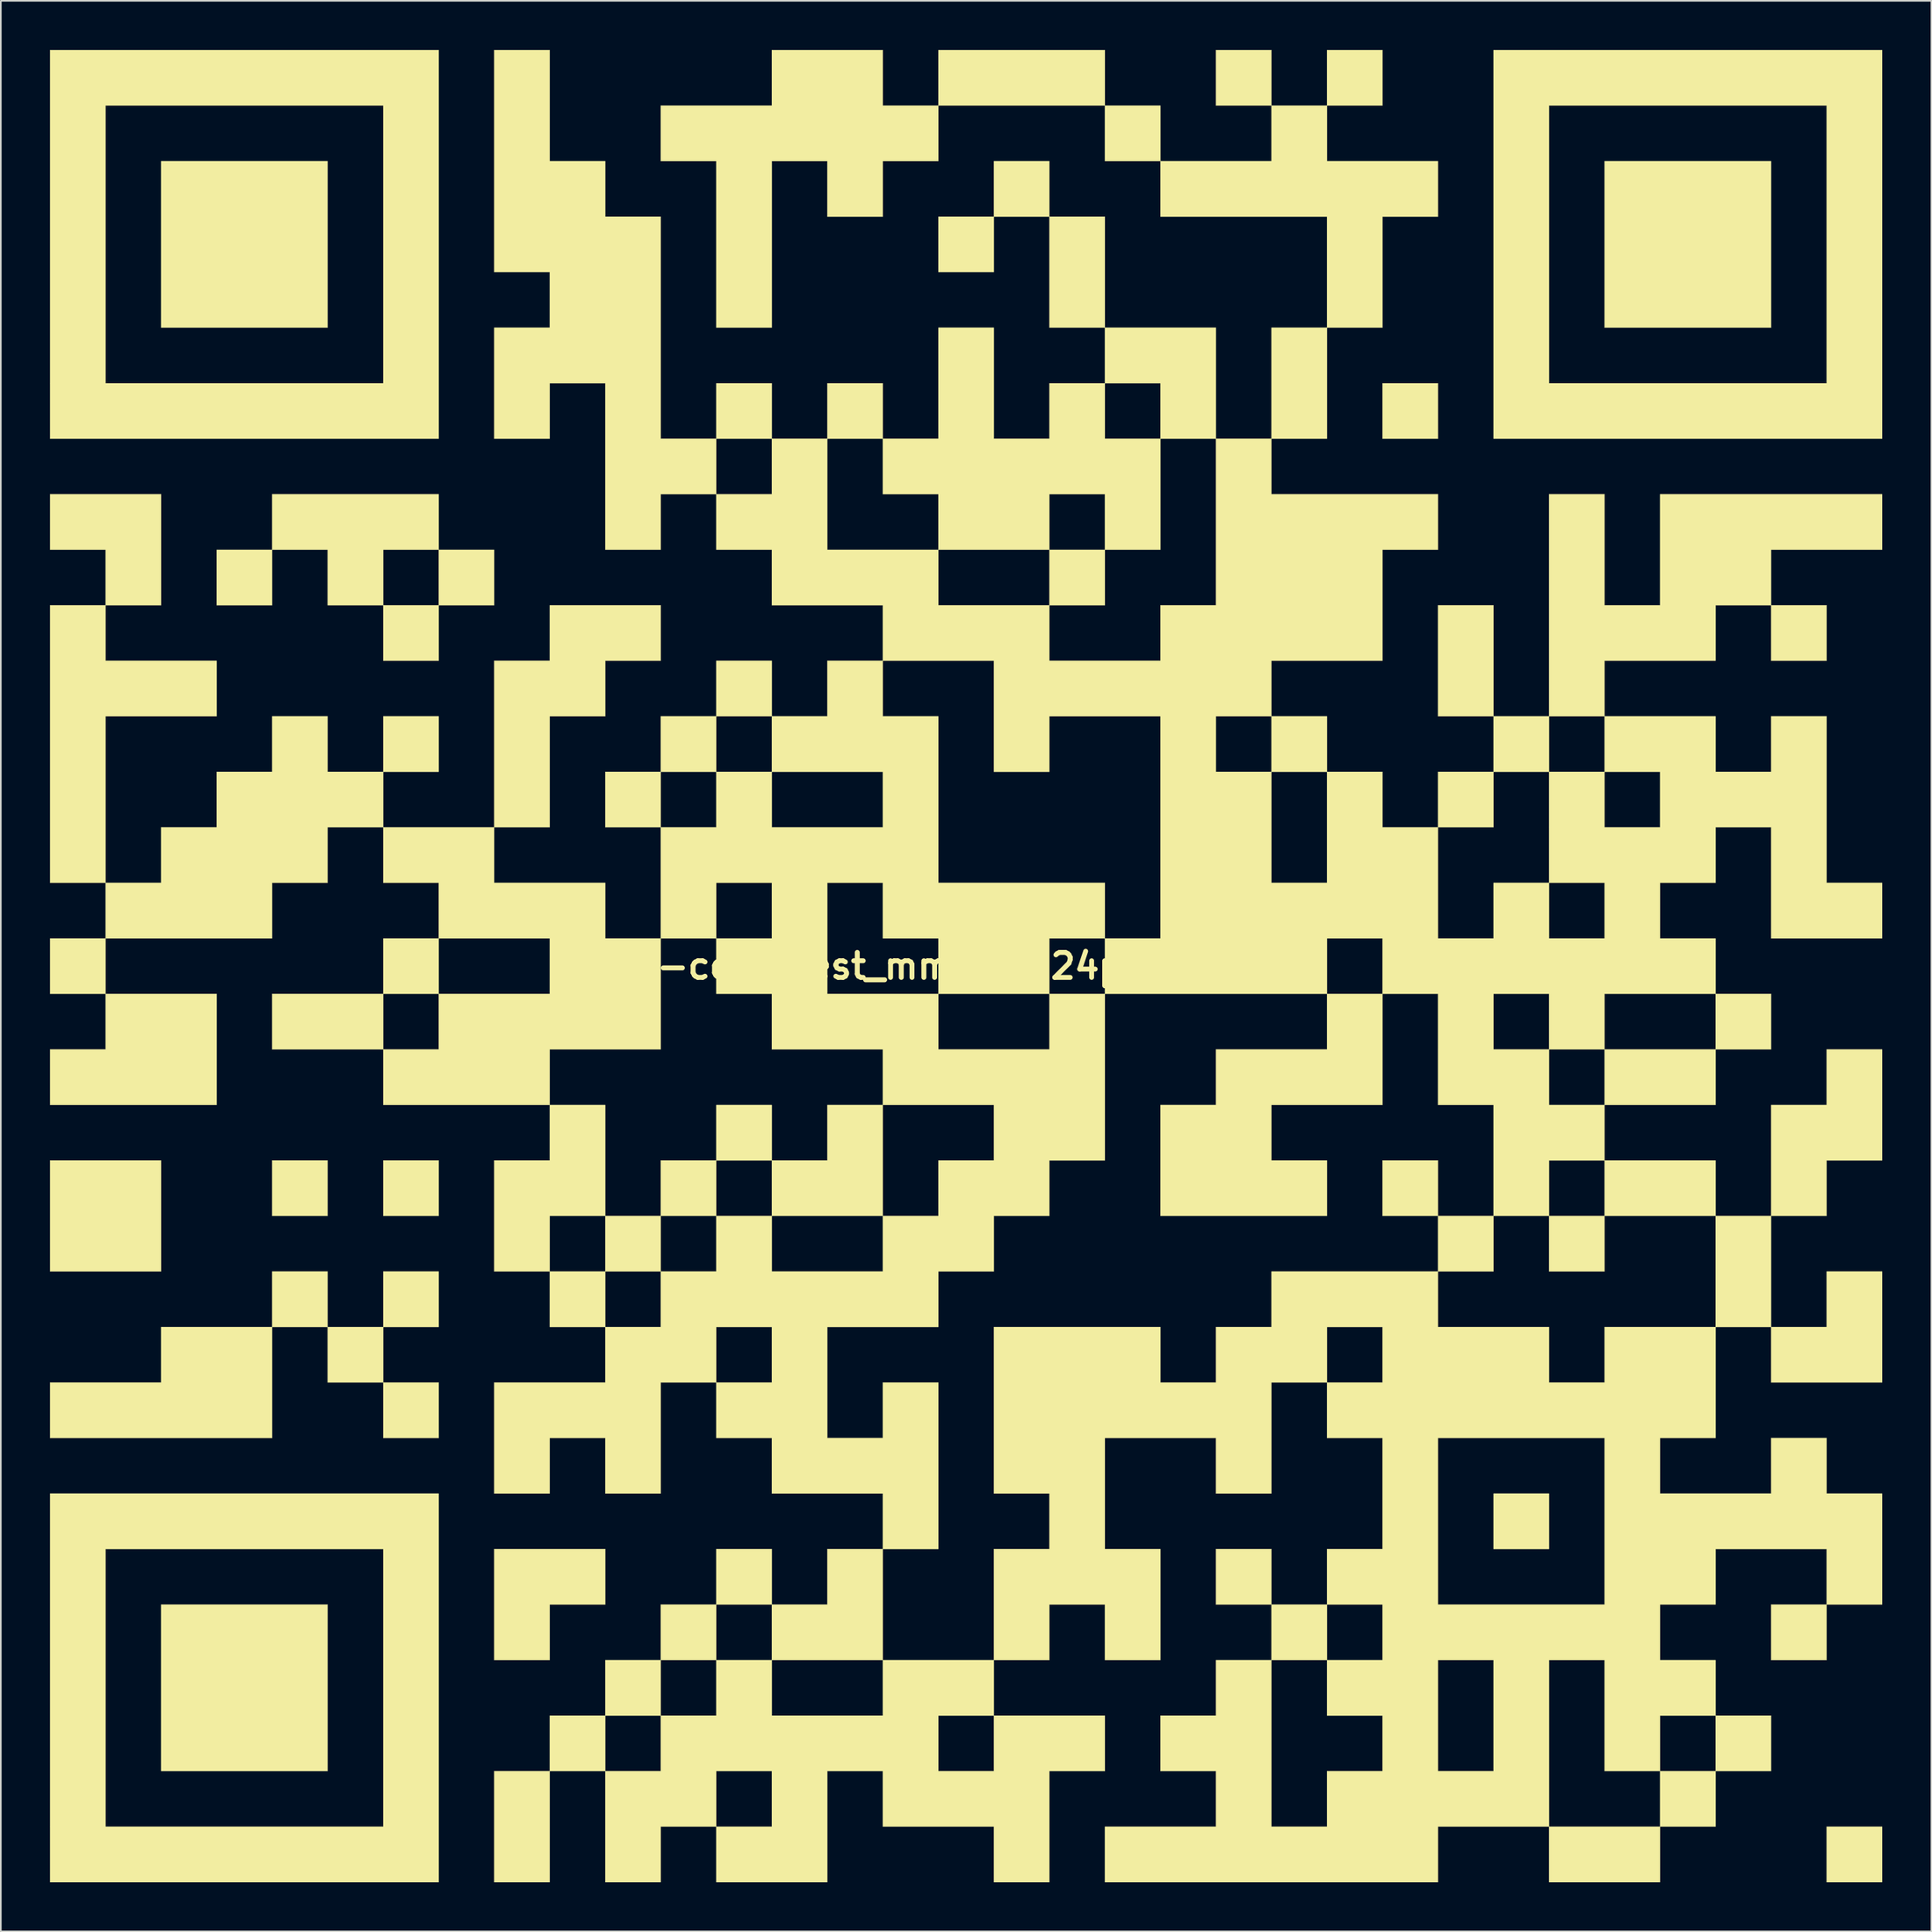
<source format=kicad_pcb>
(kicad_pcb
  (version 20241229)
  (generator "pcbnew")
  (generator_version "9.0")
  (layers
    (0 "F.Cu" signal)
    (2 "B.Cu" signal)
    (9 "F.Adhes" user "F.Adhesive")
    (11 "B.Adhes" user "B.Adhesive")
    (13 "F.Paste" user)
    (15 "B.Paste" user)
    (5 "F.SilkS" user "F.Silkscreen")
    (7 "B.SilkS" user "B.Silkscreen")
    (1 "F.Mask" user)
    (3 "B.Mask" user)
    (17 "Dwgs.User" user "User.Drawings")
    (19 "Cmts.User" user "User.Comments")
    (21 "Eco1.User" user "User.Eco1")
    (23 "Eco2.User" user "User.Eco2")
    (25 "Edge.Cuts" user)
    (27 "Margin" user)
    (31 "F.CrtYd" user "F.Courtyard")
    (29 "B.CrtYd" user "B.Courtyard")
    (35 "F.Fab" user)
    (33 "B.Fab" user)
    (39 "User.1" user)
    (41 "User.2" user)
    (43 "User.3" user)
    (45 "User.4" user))
  (footprint "qr-code_test_mm_qr_624px_120_DPI"
    (layer "F.Cu")
    (at 55.885 55.885)
    (property "Reference" "qr-code_test_mm_qr_624px_120_DPI" (at 0 0 0) (layer "F.SilkS") (effects (font (size 1.524 1.524) (thickness 0.3))))
    (attr through_hole)
    (fp_poly (pts (xy -52.493 1.693) (xy -55.88 1.693) (xy -55.88 -1.693) (xy -52.493 -1.693) (xy -52.493 1.693)) (stroke (width 0.01) (type solid)) (fill yes) (layer "F.SilkS"))
    (fp_poly (pts (xy -49.107 18.627) (xy -55.88 18.627) (xy -55.88 11.853) (xy -49.107 11.853) (xy -49.107 18.627)) (stroke (width 0.01) (type solid)) (fill yes) (layer "F.SilkS"))
    (fp_poly (pts (xy -42.333 -22.013) (xy -45.72 -22.013) (xy -45.72 -25.4) (xy -42.333 -25.4) (xy -42.333 -22.013)) (stroke (width 0.01) (type solid)) (fill yes) (layer "F.SilkS"))
    (fp_poly (pts (xy -38.947 -38.947) (xy -49.107 -38.947) (xy -49.107 -49.107) (xy -38.947 -49.107) (xy -38.947 -38.947)) (stroke (width 0.01) (type solid)) (fill yes) (layer "F.SilkS"))
    (fp_poly (pts (xy -38.947 15.24) (xy -42.333 15.24) (xy -42.333 11.853) (xy -38.947 11.853) (xy -38.947 15.24)) (stroke (width 0.01) (type solid)) (fill yes) (layer "F.SilkS"))
    (fp_poly (pts (xy -38.947 22.013) (xy -42.333 22.013) (xy -42.333 18.627) (xy -38.947 18.627) (xy -38.947 22.013)) (stroke (width 0.01) (type solid)) (fill yes) (layer "F.SilkS"))
    (fp_poly (pts (xy -38.947 49.107) (xy -49.107 49.107) (xy -49.107 38.947) (xy -38.947 38.947) (xy -38.947 49.107)) (stroke (width 0.01) (type solid)) (fill yes) (layer "F.SilkS"))
    (fp_poly (pts (xy -35.56 25.4) (xy -38.947 25.4) (xy -38.947 22.013) (xy -35.56 22.013) (xy -35.56 25.4)) (stroke (width 0.01) (type solid)) (fill yes) (layer "F.SilkS"))
    (fp_poly (pts (xy -32.173 -11.853) (xy -35.56 -11.853) (xy -35.56 -15.24) (xy -32.173 -15.24) (xy -32.173 -11.853)) (stroke (width 0.01) (type solid)) (fill yes) (layer "F.SilkS"))
    (fp_poly (pts (xy -32.173 15.24) (xy -35.56 15.24) (xy -35.56 11.853) (xy -32.173 11.853) (xy -32.173 15.24)) (stroke (width 0.01) (type solid)) (fill yes) (layer "F.SilkS"))
    (fp_poly (pts (xy -32.173 22.013) (xy -35.56 22.013) (xy -35.56 18.627) (xy -32.173 18.627) (xy -32.173 22.013)) (stroke (width 0.01) (type solid)) (fill yes) (layer "F.SilkS"))
    (fp_poly (pts (xy -32.173 28.787) (xy -35.56 28.787) (xy -35.56 25.4) (xy -32.173 25.4) (xy -32.173 28.787)) (stroke (width 0.01) (type solid)) (fill yes) (layer "F.SilkS"))
    (fp_poly (pts (xy -25.4 55.88) (xy -28.787 55.88) (xy -28.787 49.107) (xy -25.4 49.107) (xy -25.4 55.88)) (stroke (width 0.01) (type solid)) (fill yes) (layer "F.SilkS"))
    (fp_poly (pts (xy -18.627 18.627) (xy -22.013 18.627) (xy -22.013 15.24) (xy -18.627 15.24) (xy -18.627 18.627)) (stroke (width 0.01) (type solid)) (fill yes) (layer "F.SilkS"))
    (fp_poly (pts (xy -15.24 15.24) (xy -18.627 15.24) (xy -18.627 11.853) (xy -15.24 11.853) (xy -15.24 15.24)) (stroke (width 0.01) (type solid)) (fill yes) (layer "F.SilkS"))
    (fp_poly (pts (xy -11.853 11.853) (xy -15.24 11.853) (xy -15.24 8.467) (xy -11.853 8.467) (xy -11.853 11.853)) (stroke (width 0.01) (type solid)) (fill yes) (layer "F.SilkS"))
    (fp_poly (pts (xy 1.693 -42.333) (xy -1.693 -42.333) (xy -1.693 -45.72) (xy 1.693 -45.72) (xy 1.693 -42.333)) (stroke (width 0.01) (type solid)) (fill yes) (layer "F.SilkS"))
    (fp_poly (pts (xy 5.08 -45.72) (xy 1.693 -45.72) (xy 1.693 -49.107) (xy 5.08 -49.107) (xy 5.08 -45.72)) (stroke (width 0.01) (type solid)) (fill yes) (layer "F.SilkS"))
    (fp_poly (pts (xy 8.467 -52.493) (xy -1.693 -52.493) (xy -1.693 -55.88) (xy 8.467 -55.88) (xy 8.467 -52.493)) (stroke (width 0.01) (type solid)) (fill yes) (layer "F.SilkS"))
    (fp_poly (pts (xy 8.467 -38.947) (xy 5.08 -38.947) (xy 5.08 -45.72) (xy 8.467 -45.72) (xy 8.467 -38.947)) (stroke (width 0.01) (type solid)) (fill yes) (layer "F.SilkS"))
    (fp_poly (pts (xy 8.467 -22.013) (xy 5.08 -22.013) (xy 5.08 -25.4) (xy 8.467 -25.4) (xy 8.467 -22.013)) (stroke (width 0.01) (type solid)) (fill yes) (layer "F.SilkS"))
    (fp_poly (pts (xy 11.853 -49.107) (xy 8.467 -49.107) (xy 8.467 -52.493) (xy 11.853 -52.493) (xy 11.853 -49.107)) (stroke (width 0.01) (type solid)) (fill yes) (layer "F.SilkS"))
    (fp_poly (pts (xy 18.627 -52.493) (xy 15.24 -52.493) (xy 15.24 -55.88) (xy 18.627 -55.88) (xy 18.627 -52.493)) (stroke (width 0.01) (type solid)) (fill yes) (layer "F.SilkS"))
    (fp_poly (pts (xy 18.627 38.947) (xy 15.24 38.947) (xy 15.24 35.56) (xy 18.627 35.56) (xy 18.627 38.947)) (stroke (width 0.01) (type solid)) (fill yes) (layer "F.SilkS"))
    (fp_poly (pts (xy 22.013 -32.173) (xy 18.627 -32.173) (xy 18.627 -38.947) (xy 22.013 -38.947) (xy 22.013 -32.173)) (stroke (width 0.01) (type solid)) (fill yes) (layer "F.SilkS"))
    (fp_poly (pts (xy 25.4 -52.493) (xy 22.013 -52.493) (xy 22.013 -55.88) (xy 25.4 -55.88) (xy 25.4 -52.493)) (stroke (width 0.01) (type solid)) (fill yes) (layer "F.SilkS"))
    (fp_poly (pts (xy 28.787 -32.173) (xy 25.4 -32.173) (xy 25.4 -35.56) (xy 28.787 -35.56) (xy 28.787 -32.173)) (stroke (width 0.01) (type solid)) (fill yes) (layer "F.SilkS"))
    (fp_poly (pts (xy 28.787 15.24) (xy 25.4 15.24) (xy 25.4 11.853) (xy 28.787 11.853) (xy 28.787 15.24)) (stroke (width 0.01) (type solid)) (fill yes) (layer "F.SilkS"))
    (fp_poly (pts (xy 32.173 -15.24) (xy 28.787 -15.24) (xy 28.787 -22.013) (xy 32.173 -22.013) (xy 32.173 -15.24)) (stroke (width 0.01) (type solid)) (fill yes) (layer "F.SilkS"))
    (fp_poly (pts (xy 32.173 18.627) (xy 28.787 18.627) (xy 28.787 15.24) (xy 32.173 15.24) (xy 32.173 18.627)) (stroke (width 0.01) (type solid)) (fill yes) (layer "F.SilkS"))
    (fp_poly (pts (xy 35.56 35.56) (xy 32.173 35.56) (xy 32.173 32.173) (xy 35.56 32.173) (xy 35.56 35.56)) (stroke (width 0.01) (type solid)) (fill yes) (layer "F.SilkS"))
    (fp_poly (pts (xy 38.947 5.08) (xy 45.72 5.08) (xy 45.72 8.467) (xy 38.947 8.467) (xy 38.947 5.08)) (stroke (width 0.01) (type solid)) (fill yes) (layer "F.SilkS"))
    (fp_poly (pts (xy 38.947 18.627) (xy 35.56 18.627) (xy 35.56 15.24) (xy 38.947 15.24) (xy 38.947 18.627)) (stroke (width 0.01) (type solid)) (fill yes) (layer "F.SilkS"))
    (fp_poly (pts (xy 45.72 15.24) (xy 38.947 15.24) (xy 38.947 11.853) (xy 45.72 11.853) (xy 45.72 15.24)) (stroke (width 0.01) (type solid)) (fill yes) (layer "F.SilkS"))
    (fp_poly (pts (xy 49.107 -38.947) (xy 38.947 -38.947) (xy 38.947 -49.107) (xy 49.107 -49.107) (xy 49.107 -38.947)) (stroke (width 0.01) (type solid)) (fill yes) (layer "F.SilkS"))
    (fp_poly (pts (xy 49.107 5.08) (xy 45.72 5.08) (xy 45.72 1.693) (xy 49.107 1.693) (xy 49.107 5.08)) (stroke (width 0.01) (type solid)) (fill yes) (layer "F.SilkS"))
    (fp_poly (pts (xy 49.107 22.013) (xy 45.72 22.013) (xy 45.72 15.24) (xy 49.107 15.24) (xy 49.107 22.013)) (stroke (width 0.01) (type solid)) (fill yes) (layer "F.SilkS"))
    (fp_poly (pts (xy 49.107 49.107) (xy 45.72 49.107) (xy 45.72 45.72) (xy 49.107 45.72) (xy 49.107 49.107)) (stroke (width 0.01) (type solid)) (fill yes) (layer "F.SilkS"))
    (fp_poly (pts (xy 52.493 -18.627) (xy 49.107 -18.627) (xy 49.107 -22.013) (xy 52.493 -22.013) (xy 52.493 -18.627)) (stroke (width 0.01) (type solid)) (fill yes) (layer "F.SilkS"))
    (fp_poly (pts (xy 52.493 42.333) (xy 49.107 42.333) (xy 49.107 38.947) (xy 52.493 38.947) (xy 52.493 42.333)) (stroke (width 0.01) (type solid)) (fill yes) (layer "F.SilkS"))
    (fp_poly (pts (xy 55.88 55.88) (xy 52.493 55.88) (xy 52.493 52.493) (xy 55.88 52.493) (xy 55.88 55.88)) (stroke (width 0.01) (type solid)) (fill yes) (layer "F.SilkS"))
    (fp_poly (pts (xy -49.107 -22.013) (xy -52.493 -22.013) (xy -52.493 -25.4) (xy -55.88 -25.4) (xy -55.88 -28.787) (xy -49.107 -28.787) (xy -49.107 -22.013)) (stroke (width 0.01) (type solid)) (fill yes) (layer "F.SilkS"))
    (fp_poly (pts (xy -45.72 8.467) (xy -55.88 8.467) (xy -55.88 5.08) (xy -52.493 5.08) (xy -52.493 1.693) (xy -45.72 1.693) (xy -45.72 8.467)) (stroke (width 0.01) (type solid)) (fill yes) (layer "F.SilkS"))
    (fp_poly (pts (xy -42.333 28.787) (xy -55.88 28.787) (xy -55.88 25.4) (xy -49.107 25.4) (xy -49.107 22.013) (xy -42.333 22.013) (xy -42.333 28.787)) (stroke (width 0.01) (type solid)) (fill yes) (layer "F.SilkS"))
    (fp_poly (pts (xy -22.013 38.947) (xy -25.4 38.947) (xy -25.4 42.333) (xy -28.787 42.333) (xy -28.787 35.56) (xy -22.013 35.56) (xy -22.013 38.947)) (stroke (width 0.01) (type solid)) (fill yes) (layer "F.SilkS"))
    (fp_poly (pts (xy -5.08 15.24) (xy -11.853 15.24) (xy -11.853 11.853) (xy -8.467 11.853) (xy -8.467 8.467) (xy -5.08 8.467) (xy -5.08 15.24)) (stroke (width 0.01) (type solid)) (fill yes) (layer "F.SilkS"))
    (fp_poly (pts (xy 55.88 25.4) (xy 49.107 25.4) (xy 49.107 22.013) (xy 52.493 22.013) (xy 52.493 18.627) (xy 55.88 18.627) (xy 55.88 25.4)) (stroke (width 0.01) (type solid)) (fill yes) (layer "F.SilkS"))
    (fp_poly (pts (xy -52.493 -18.627) (xy -45.72 -18.627) (xy -45.72 -15.24) (xy -52.493 -15.24) (xy -52.493 -5.08) (xy -55.88 -5.08) (xy -55.88 -22.013) (xy -52.493 -22.013) (xy -52.493 -18.627)) (stroke (width 0.01) (type solid)) (fill yes) (layer "F.SilkS"))
    (fp_poly (pts (xy 55.88 11.853) (xy 52.493 11.853) (xy 52.493 15.24) (xy 49.107 15.24) (xy 49.107 8.467) (xy 52.493 8.467) (xy 52.493 5.08) (xy 55.88 5.08) (xy 55.88 11.853)) (stroke (width 0.01) (type solid)) (fill yes) (layer "F.SilkS"))
    (fp_poly (pts (xy -18.627 -18.627) (xy -22.013 -18.627) (xy -22.013 -15.24) (xy -25.4 -15.24) (xy -25.4 -8.467) (xy -28.787 -8.467) (xy -28.787 -18.627) (xy -25.4 -18.627) (xy -25.4 -22.013) (xy -18.627 -22.013) (xy -18.627 -18.627)) (stroke (width 0.01) (type solid)) (fill yes) (layer "F.SilkS"))
    (fp_poly (pts (xy -32.173 -32.173) (xy -55.88 -32.173) (xy -55.88 -52.493) (xy -52.493 -52.493) (xy -52.493 -35.56) (xy -35.56 -35.56) (xy -35.56 -52.493) (xy -52.493 -52.493) (xy -55.88 -52.493) (xy -55.88 -55.88) (xy -32.173 -55.88) (xy -32.173 -32.173)) (stroke (width 0.01) (type solid)) (fill yes) (layer "F.SilkS"))
    (fp_poly (pts (xy -32.173 55.88) (xy -55.88 55.88) (xy -55.88 35.56) (xy -52.493 35.56) (xy -52.493 52.493) (xy -35.56 52.493) (xy -35.56 35.56) (xy -52.493 35.56) (xy -55.88 35.56) (xy -55.88 32.173) (xy -32.173 32.173) (xy -32.173 55.88)) (stroke (width 0.01) (type solid)) (fill yes) (layer "F.SilkS"))
    (fp_poly (pts (xy 55.88 -32.173) (xy 32.173 -32.173) (xy 32.173 -52.493) (xy 35.56 -52.493) (xy 35.56 -35.56) (xy 52.493 -35.56) (xy 52.493 -52.493) (xy 35.56 -52.493) (xy 32.173 -52.493) (xy 32.173 -55.88) (xy 55.88 -55.88) (xy 55.88 -32.173)) (stroke (width 0.01) (type solid)) (fill yes) (layer "F.SilkS"))
    (fp_poly (pts (xy 22.013 -49.107) (xy 28.787 -49.107) (xy 28.787 -45.72) (xy 25.4 -45.72) (xy 25.4 -38.947) (xy 22.013 -38.947) (xy 22.013 -45.72) (xy 11.853 -45.72) (xy 11.853 -49.107) (xy 18.627 -49.107) (xy 18.627 -52.493) (xy 22.013 -52.493) (xy 22.013 -49.107)) (stroke (width 0.01) (type solid)) (fill yes) (layer "F.SilkS"))
    (fp_poly (pts (xy 25.4 8.467) (xy 18.627 8.467) (xy 18.627 11.853) (xy 22.013 11.853) (xy 22.013 15.24) (xy 11.853 15.24) (xy 11.853 8.467) (xy 15.24 8.467) (xy 15.24 5.08) (xy 22.013 5.08) (xy 22.013 1.693) (xy 25.4 1.693) (xy 25.4 8.467)) (stroke (width 0.01) (type solid)) (fill yes) (layer "F.SilkS"))
    (fp_poly (pts (xy -38.947 -11.853) (xy -35.56 -11.853) (xy -35.56 -8.467) (xy -38.947 -8.467) (xy -38.947 -5.08) (xy -42.333 -5.08) (xy -42.333 -1.693) (xy -52.493 -1.693) (xy -52.493 -5.08) (xy -49.107 -5.08) (xy -49.107 -8.467) (xy -45.72 -8.467) (xy -45.72 -11.853) (xy -42.333 -11.853) (xy -42.333 -15.24) (xy -38.947 -15.24) (xy -38.947 -11.853)) (stroke (width 0.01) (type solid)) (fill yes) (layer "F.SilkS"))
    (fp_poly (pts (xy -5.08 -52.493) (xy -1.693 -52.493) (xy -1.693 -49.107) (xy -5.08 -49.107) (xy -5.08 -45.72) (xy -8.467 -45.72) (xy -8.467 -49.107) (xy -11.853 -49.107) (xy -11.853 -38.947) (xy -15.24 -38.947) (xy -15.24 -49.107) (xy -18.627 -49.107) (xy -18.627 -52.493) (xy -11.853 -52.493) (xy -11.853 -55.88) (xy -5.08 -55.88) (xy -5.08 -52.493)) (stroke (width 0.01) (type solid)) (fill yes) (layer "F.SilkS"))
    (fp_poly (pts (xy -42.333 -28.787) (xy -32.173 -28.787) (xy -32.173 -25.4) (xy -28.787 -25.4) (xy -28.787 -22.013) (xy -32.173 -22.013) (xy -32.173 -18.627) (xy -35.56 -18.627) (xy -35.56 -22.013) (xy -38.947 -22.013) (xy -38.947 -25.4) (xy -35.56 -25.4) (xy -35.56 -22.013) (xy -32.173 -22.013) (xy -32.173 -25.4) (xy -35.56 -25.4) (xy -38.947 -25.4) (xy -42.333 -25.4) (xy -42.333 -28.787)) (stroke (width 0.01) (type solid)) (fill yes) (layer "F.SilkS"))
    (fp_poly (pts (xy 8.467 45.72) (xy 8.467 49.107) (xy 5.08 49.107) (xy 5.08 55.88) (xy 1.693 55.88) (xy 1.693 52.493) (xy -5.08 52.493) (xy -5.08 49.107) (xy -8.467 49.107) (xy -8.467 55.88) (xy -15.24 55.88) (xy -15.24 52.493) (xy -18.627 52.493) (xy -18.627 55.88) (xy -22.013 55.88) (xy -22.013 49.107) (xy -25.4 49.107) (xy -25.4 45.72) (xy -22.013 45.72) (xy -22.013 49.107) (xy -18.627 49.107) (xy -15.24 49.107) (xy -15.24 52.493) (xy -11.853 52.493) (xy -11.853 49.107) (xy -15.24 49.107) (xy -18.627 49.107) (xy -18.627 45.72) (xy -22.013 45.72) (xy -22.013 42.333) (xy -18.627 42.333) (xy -18.627 45.72) (xy -15.24 45.72) (xy -15.24 42.333) (xy -18.627 42.333) (xy -18.627 38.947) (xy -15.24 38.947) (xy -15.24 42.333) (xy -11.853 42.333) (xy -11.853 45.72) (xy -5.08 45.72) (xy -1.693 45.72) (xy -1.693 49.107) (xy 1.693 49.107) (xy 1.693 45.72) (xy -1.693 45.72) (xy -5.08 45.72) (xy -5.08 42.333) (xy -11.853 42.333) (xy -11.853 38.947) (xy -15.24 38.947) (xy -15.24 35.56) (xy -11.853 35.56) (xy -11.853 38.947) (xy -8.467 38.947) (xy -8.467 35.56) (xy -5.08 35.56) (xy -5.08 42.333) (xy 1.693 42.333) (xy 1.693 45.72) (xy 8.467 45.72)) (stroke (width 0.01) (type solid)) (fill yes) (layer "F.SilkS"))
    (fp_poly (pts (xy 28.787 22.013) (xy 35.56 22.013) (xy 35.56 25.4) (xy 38.947 25.4) (xy 38.947 22.013) (xy 45.72 22.013) (xy 45.72 28.787) (xy 42.333 28.787) (xy 42.333 32.173) (xy 49.107 32.173) (xy 49.107 28.787) (xy 52.493 28.787) (xy 52.493 32.173) (xy 55.88 32.173) (xy 55.88 38.947) (xy 52.493 38.947) (xy 52.493 35.56) (xy 45.72 35.56) (xy 45.72 38.947) (xy 42.333 38.947) (xy 42.333 42.333) (xy 45.72 42.333) (xy 45.72 45.72) (xy 42.333 45.72) (xy 42.333 49.107) (xy 45.72 49.107) (xy 45.72 52.493) (xy 42.333 52.493) (xy 42.333 55.88) (xy 35.56 55.88) (xy 35.56 52.493) (xy 28.787 52.493) (xy 28.787 55.88) (xy 8.467 55.88) (xy 8.467 52.493) (xy 15.24 52.493) (xy 15.24 49.107) (xy 11.853 49.107) (xy 11.853 45.72) (xy 15.24 45.72) (xy 15.24 42.333) (xy 18.627 42.333) (xy 18.627 52.493) (xy 22.013 52.493) (xy 22.013 49.107) (xy 25.4 49.107) (xy 25.4 45.72) (xy 22.013 45.72) (xy 22.013 42.333) (xy 18.627 42.333) (xy 18.627 38.947) (xy 22.013 38.947) (xy 22.013 42.333) (xy 25.4 42.333) (xy 28.787 42.333) (xy 28.787 49.107) (xy 32.173 49.107) (xy 32.173 42.333) (xy 35.56 42.333) (xy 35.56 52.493) (xy 42.333 52.493) (xy 42.333 49.107) (xy 38.947 49.107) (xy 38.947 42.333) (xy 35.56 42.333) (xy 32.173 42.333) (xy 28.787 42.333) (xy 25.4 42.333) (xy 25.4 38.947) (xy 22.013 38.947) (xy 22.013 35.56) (xy 25.4 35.56) (xy 25.4 28.787) (xy 28.787 28.787) (xy 28.787 38.947) (xy 38.947 38.947) (xy 38.947 28.787) (xy 28.787 28.787) (xy 25.4 28.787) (xy 22.013 28.787) (xy 22.013 25.4) (xy 18.627 25.4) (xy 18.627 32.173) (xy 15.24 32.173) (xy 15.24 28.787) (xy 8.467 28.787) (xy 8.467 35.56) (xy 11.853 35.56) (xy 11.853 42.333) (xy 8.467 42.333) (xy 8.467 38.947) (xy 5.08 38.947) (xy 5.08 42.333) (xy 1.693 42.333) (xy 1.693 35.56) (xy 5.08 35.56) (xy 5.08 32.173) (xy 1.693 32.173) (xy 1.693 22.013) (xy 11.853 22.013) (xy 11.853 25.4) (xy 15.24 25.4) (xy 15.24 22.013) (xy 18.627 22.013) (xy 22.013 22.013) (xy 22.013 25.4) (xy 25.4 25.4) (xy 25.4 22.013) (xy 22.013 22.013) (xy 18.627 22.013) (xy 18.627 18.627) (xy 28.787 18.627) (xy 28.787 22.013)) (stroke (width 0.01) (type solid)) (fill yes) (layer "F.SilkS"))
    (fp_poly (pts (xy 22.013 -15.24) (xy 22.013 -11.853) (xy 25.4 -11.853) (xy 25.4 -8.467) (xy 28.787 -8.467) (xy 28.787 -1.693) (xy 32.173 -1.693) (xy 32.173 -5.08) (xy 35.56 -5.08) (xy 35.56 -1.693) (xy 38.947 -1.693) (xy 38.947 -5.08) (xy 35.56 -5.08) (xy 35.56 -11.853) (xy 32.173 -11.853) (xy 32.173 -8.467) (xy 28.787 -8.467) (xy 28.787 -11.853) (xy 32.173 -11.853) (xy 32.173 -15.24) (xy 35.56 -15.24) (xy 35.56 -11.853) (xy 38.947 -11.853) (xy 38.947 -8.467) (xy 42.333 -8.467) (xy 42.333 -11.853) (xy 38.947 -11.853) (xy 38.947 -15.24) (xy 35.56 -15.24) (xy 35.56 -28.787) (xy 38.947 -28.787) (xy 38.947 -22.013) (xy 42.333 -22.013) (xy 42.333 -28.787) (xy 55.88 -28.787) (xy 55.88 -25.4) (xy 49.107 -25.4) (xy 49.107 -22.013) (xy 45.72 -22.013) (xy 45.72 -18.627) (xy 38.947 -18.627) (xy 38.947 -15.24) (xy 45.72 -15.24) (xy 45.72 -11.853) (xy 49.107 -11.853) (xy 49.107 -15.24) (xy 52.493 -15.24) (xy 52.493 -5.08) (xy 55.88 -5.08) (xy 55.88 -1.693) (xy 49.107 -1.693) (xy 49.107 -8.467) (xy 45.72 -8.467) (xy 45.72 -5.08) (xy 42.333 -5.08) (xy 42.333 -1.693) (xy 45.72 -1.693) (xy 45.72 1.693) (xy 38.947 1.693) (xy 38.947 5.08) (xy 35.56 5.08) (xy 35.56 8.467) (xy 38.947 8.467) (xy 38.947 11.853) (xy 35.56 11.853) (xy 35.56 15.24) (xy 32.173 15.24) (xy 32.173 8.467) (xy 28.787 8.467) (xy 28.787 1.693) (xy 32.173 1.693) (xy 32.173 5.08) (xy 35.56 5.08) (xy 35.56 1.693) (xy 32.173 1.693) (xy 28.787 1.693) (xy 25.4 1.693) (xy 25.4 -1.693) (xy 22.013 -1.693) (xy 22.013 1.693) (xy 8.467 1.693) (xy 8.467 11.853) (xy 5.08 11.853) (xy 5.08 15.24) (xy 1.693 15.24) (xy 1.693 18.627) (xy -1.693 18.627) (xy -1.693 22.013) (xy -8.467 22.013) (xy -8.467 28.787) (xy -5.08 28.787) (xy -5.08 25.4) (xy -1.693 25.4) (xy -1.693 35.56) (xy -5.08 35.56) (xy -5.08 32.173) (xy -11.853 32.173) (xy -11.853 28.787) (xy -15.24 28.787) (xy -15.24 25.4) (xy -18.627 25.4) (xy -18.627 32.173) (xy -22.013 32.173) (xy -22.013 28.787) (xy -25.4 28.787) (xy -25.4 32.173) (xy -28.787 32.173) (xy -28.787 25.4) (xy -22.013 25.4) (xy -22.013 22.013) (xy -25.4 22.013) (xy -25.4 18.627) (xy -28.787 18.627) (xy -28.787 11.853) (xy -25.4 11.853) (xy -25.4 8.467) (xy -35.56 8.467) (xy -35.56 5.08) (xy -42.333 5.08) (xy -42.333 1.693) (xy -35.56 1.693) (xy -35.56 5.08) (xy -32.173 5.08) (xy -25.4 5.08) (xy -25.4 8.467) (xy -22.013 8.467) (xy -22.013 15.24) (xy -25.4 15.24) (xy -25.4 18.627) (xy -22.013 18.627) (xy -22.013 22.013) (xy -18.627 22.013) (xy -15.24 22.013) (xy -15.24 25.4) (xy -11.853 25.4) (xy -11.853 22.013) (xy -15.24 22.013) (xy -18.627 22.013) (xy -18.627 18.627) (xy -15.24 18.627) (xy -15.24 15.24) (xy -11.853 15.24) (xy -11.853 18.627) (xy -5.08 18.627) (xy -5.08 15.24) (xy -1.693 15.24) (xy -1.693 11.853) (xy 1.693 11.853) (xy 1.693 8.467) (xy -5.08 8.467) (xy -5.08 5.08) (xy -11.853 5.08) (xy -11.853 1.693) (xy -15.24 1.693) (xy -15.24 -1.693) (xy -18.627 -1.693) (xy -18.627 5.08) (xy -25.4 5.08) (xy -32.173 5.08) (xy -32.173 1.693) (xy -35.56 1.693) (xy -35.56 -1.693) (xy -32.173 -1.693) (xy -32.173 1.693) (xy -25.4 1.693) (xy -25.4 -1.693) (xy -32.173 -1.693) (xy -32.173 -5.08) (xy -35.56 -5.08) (xy -35.56 -8.467) (xy -28.787 -8.467) (xy -28.787 -5.08) (xy -22.013 -5.08) (xy -22.013 -1.693) (xy -18.627 -1.693) (xy -18.627 -5.08) (xy -15.24 -5.08) (xy -15.24 -1.693) (xy -11.853 -1.693) (xy -11.853 -5.08) (xy -8.467 -5.08) (xy -8.467 1.693) (xy -1.693 1.693) (xy -1.693 5.08) (xy 5.08 5.08) (xy 5.08 1.693) (xy -1.693 1.693) (xy -1.693 -1.693) (xy 5.08 -1.693) (xy 5.08 1.693) (xy 8.467 1.693) (xy 8.467 -1.693) (xy 5.08 -1.693) (xy -1.693 -1.693) (xy -5.08 -1.693) (xy -5.08 -5.08) (xy -8.467 -5.08) (xy -11.853 -5.08) (xy -15.24 -5.08) (xy -18.627 -5.08) (xy -18.627 -8.467) (xy -22.013 -8.467) (xy -22.013 -11.853) (xy -18.627 -11.853) (xy -18.627 -8.467) (xy -15.24 -8.467) (xy -15.24 -11.853) (xy -18.627 -11.853) (xy -18.627 -15.24) (xy -15.24 -15.24) (xy -15.24 -11.853) (xy -11.853 -11.853) (xy -11.853 -8.467) (xy -5.08 -8.467) (xy -5.08 -11.853) (xy -11.853 -11.853) (xy -11.853 -15.24) (xy -15.24 -15.24) (xy -15.24 -18.627) (xy -11.853 -18.627) (xy -11.853 -15.24) (xy -8.467 -15.24) (xy -8.467 -18.627) (xy -5.08 -18.627) (xy -5.08 -15.24) (xy -1.693 -15.24) (xy -1.693 -5.08) (xy 8.467 -5.08) (xy 8.467 -1.693) (xy 11.853 -1.693) (xy 11.853 -15.24) (xy 15.24 -15.24) (xy 15.24 -11.853) (xy 18.627 -11.853) (xy 18.627 -5.08) (xy 22.013 -5.08) (xy 22.013 -11.853) (xy 18.627 -11.853) (xy 18.627 -15.24) (xy 15.24 -15.24) (xy 11.853 -15.24) (xy 5.08 -15.24) (xy 5.08 -11.853) (xy 1.693 -11.853) (xy 1.693 -18.627) (xy -5.08 -18.627) (xy -5.08 -22.013) (xy -11.853 -22.013) (xy -11.853 -25.4) (xy -15.24 -25.4) (xy -15.24 -28.787) (xy -18.627 -28.787) (xy -18.627 -25.4) (xy -22.013 -25.4) (xy -22.013 -35.56) (xy -25.4 -35.56) (xy -25.4 -32.173) (xy -28.787 -32.173) (xy -28.787 -38.947) (xy -25.4 -38.947) (xy -25.4 -42.333) (xy -28.787 -42.333) (xy -28.787 -55.88) (xy -25.4 -55.88) (xy -25.4 -49.107) (xy -22.013 -49.107) (xy -22.013 -45.72) (xy -18.627 -45.72) (xy -18.627 -32.173) (xy -15.24 -32.173) (xy -15.24 -28.787) (xy -11.853 -28.787) (xy -11.853 -32.173) (xy -15.24 -32.173) (xy -15.24 -35.56) (xy -11.853 -35.56) (xy -11.853 -32.173) (xy -8.467 -32.173) (xy -8.467 -25.4) (xy -1.693 -25.4) (xy -1.693 -22.013) (xy 5.08 -22.013) (xy 5.08 -18.627) (xy 11.853 -18.627) (xy 11.853 -22.013) (xy 15.24 -22.013) (xy 15.24 -32.173) (xy 11.853 -32.173) (xy 11.853 -25.4) (xy 8.467 -25.4) (xy 8.467 -28.787) (xy 5.08 -28.787) (xy 5.08 -25.4) (xy -1.693 -25.4) (xy -1.693 -28.787) (xy -5.08 -28.787) (xy -5.08 -32.173) (xy -8.467 -32.173) (xy -8.467 -35.56) (xy -5.08 -35.56) (xy -5.08 -32.173) (xy -1.693 -32.173) (xy -1.693 -38.947) (xy 1.693 -38.947) (xy 1.693 -32.173) (xy 5.08 -32.173) (xy 5.08 -35.56) (xy 8.467 -35.56) (xy 8.467 -32.173) (xy 11.853 -32.173) (xy 11.853 -35.56) (xy 8.467 -35.56) (xy 8.467 -38.947) (xy 15.24 -38.947) (xy 15.24 -32.173) (xy 18.627 -32.173) (xy 18.627 -28.787) (xy 28.787 -28.787) (xy 28.787 -25.4) (xy 25.4 -25.4) (xy 25.4 -18.627) (xy 18.627 -18.627) (xy 18.627 -15.24) (xy 22.013 -15.24)) (stroke (width 0.01) (type solid)) (fill yes) (layer "F.SilkS")))
  (gr_rect
    (start -3 -3)
    (end 114.77 114.77)
    (stroke (width 0.1) (type default))
    (fill no)
    (layer "Edge.Cuts")))
</source>
